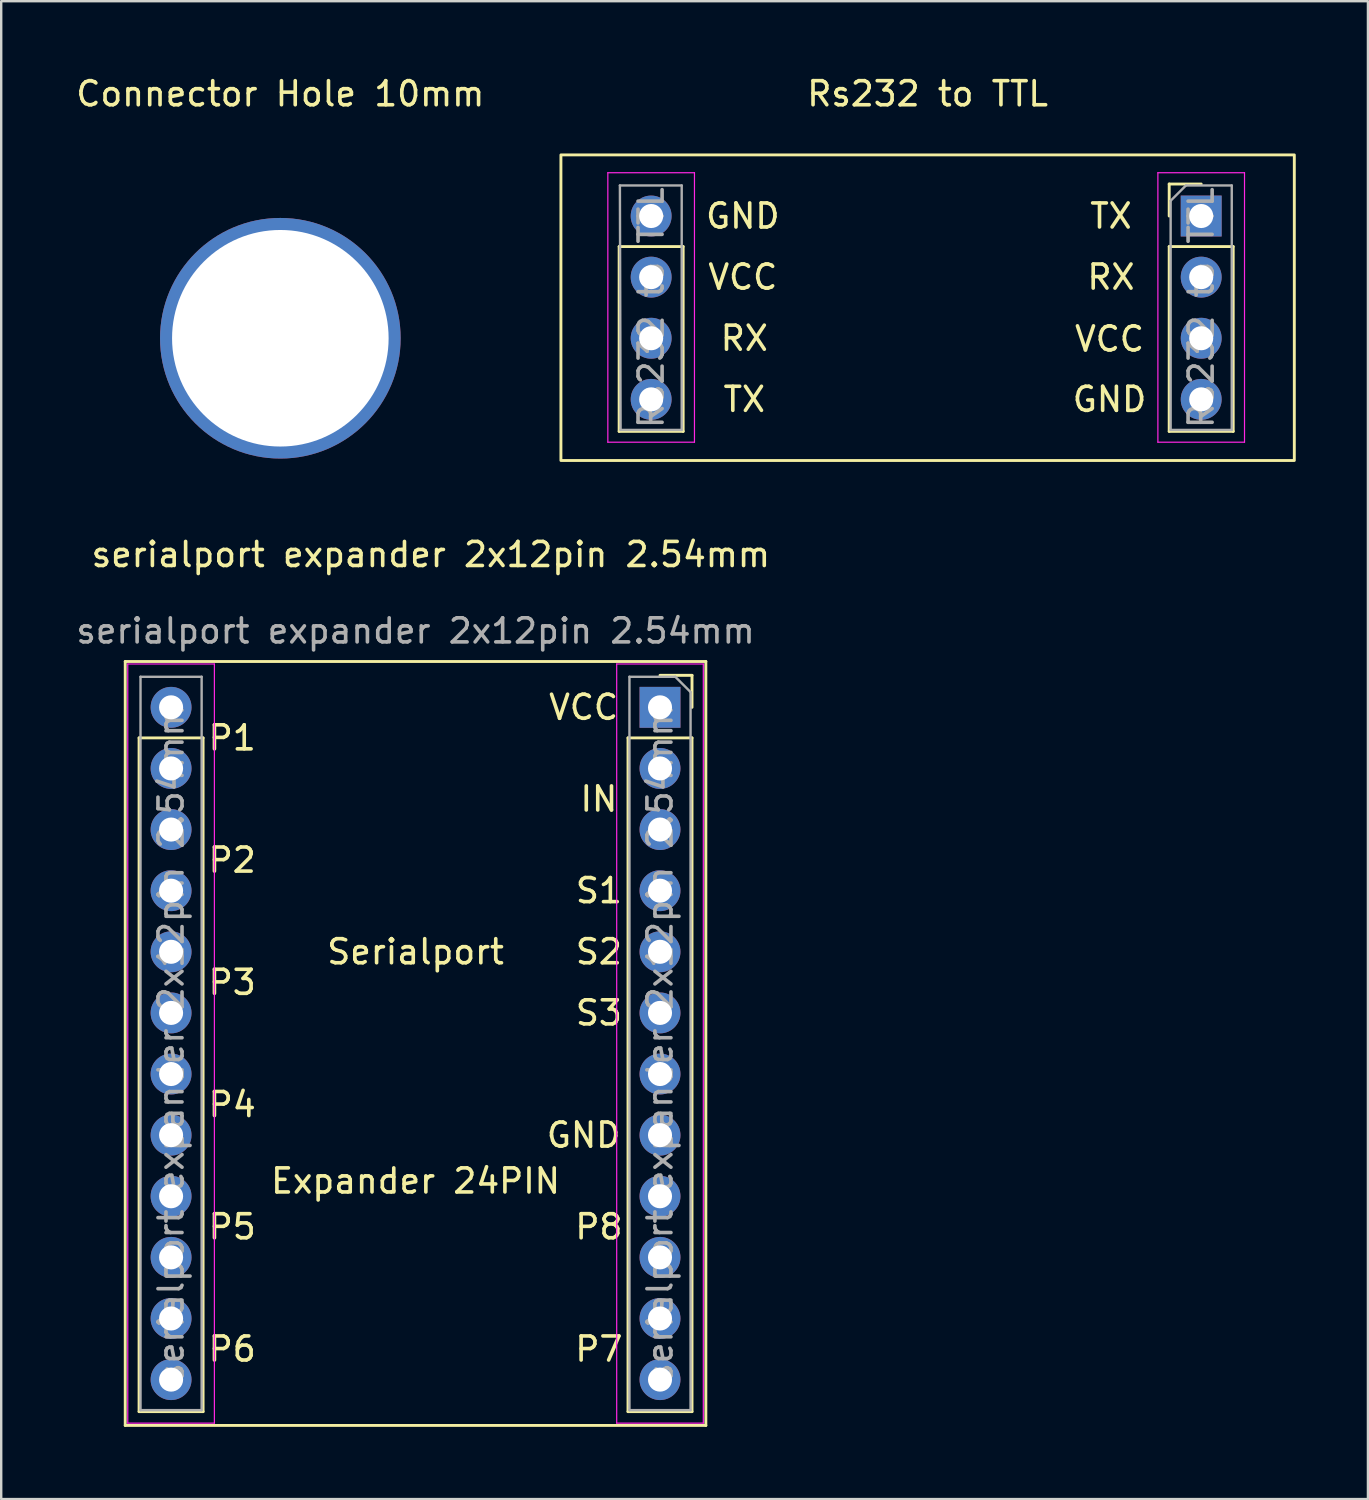
<source format=kicad_pcb>
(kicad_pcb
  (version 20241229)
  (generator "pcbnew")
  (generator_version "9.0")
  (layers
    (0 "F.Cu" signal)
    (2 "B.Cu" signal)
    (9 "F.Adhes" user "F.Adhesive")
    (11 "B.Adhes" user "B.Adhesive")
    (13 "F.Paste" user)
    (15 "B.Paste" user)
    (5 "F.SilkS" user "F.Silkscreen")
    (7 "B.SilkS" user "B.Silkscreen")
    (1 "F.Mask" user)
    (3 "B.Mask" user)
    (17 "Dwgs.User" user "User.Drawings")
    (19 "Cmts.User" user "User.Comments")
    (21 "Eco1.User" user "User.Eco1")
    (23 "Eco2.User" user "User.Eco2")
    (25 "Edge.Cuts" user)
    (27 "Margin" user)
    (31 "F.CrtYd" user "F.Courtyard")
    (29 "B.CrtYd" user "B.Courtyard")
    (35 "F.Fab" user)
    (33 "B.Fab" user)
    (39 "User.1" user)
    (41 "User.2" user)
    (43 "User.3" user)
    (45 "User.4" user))
  (footprint "Rs232 to TTL"
    (layer "F.Cu")
    (at 35.502 8.468)
    (property "Reference" "Rs232 to TTL" (at 0 -7.62 0) (unlocked yes) (layer "F.SilkS") (effects (font (size 1 1) (thickness 0.15))))
    (attr smd)
    (fp_line (start -12.82 -1.27) (end -12.82 6.41) (stroke (width 0.12) (type solid)) (layer "F.SilkS"))
    (fp_line (start -12.82 -1.27) (end -10.16 -1.27) (stroke (width 0.12) (type solid)) (layer "F.SilkS"))
    (fp_line (start -12.82 6.41) (end -10.16 6.41) (stroke (width 0.12) (type solid)) (layer "F.SilkS"))
    (fp_line (start -10.16 -1.27) (end -10.16 6.41) (stroke (width 0.12) (type solid)) (layer "F.SilkS"))
    (fp_line (start 10.04 -3.87) (end 11.37 -3.87) (stroke (width 0.12) (type solid)) (layer "F.SilkS"))
    (fp_line (start 10.04 -2.54) (end 10.04 -3.87) (stroke (width 0.12) (type solid)) (layer "F.SilkS"))
    (fp_line (start 10.04 -1.27) (end 10.04 6.41) (stroke (width 0.12) (type solid)) (layer "F.SilkS"))
    (fp_line (start 10.04 -1.27) (end 12.7 -1.27) (stroke (width 0.12) (type solid)) (layer "F.SilkS"))
    (fp_line (start 10.04 6.41) (end 12.7 6.41) (stroke (width 0.12) (type solid)) (layer "F.SilkS"))
    (fp_line (start 12.7 -1.27) (end 12.7 6.41) (stroke (width 0.12) (type solid)) (layer "F.SilkS"))
    (fp_rect (start -15.24 -5.08) (end 15.24 7.62) (stroke (width 0.12) (type solid)) (fill no) (layer "F.SilkS"))
    (fp_line (start -13.29 -4.34) (end -13.29 6.86) (stroke (width 0.05) (type solid)) (layer "F.CrtYd"))
    (fp_line (start -13.29 6.86) (end -9.69 6.86) (stroke (width 0.05) (type solid)) (layer "F.CrtYd"))
    (fp_line (start -9.69 -4.34) (end -13.29 -4.34) (stroke (width 0.05) (type solid)) (layer "F.CrtYd"))
    (fp_line (start -9.69 6.86) (end -9.69 -4.34) (stroke (width 0.05) (type solid)) (layer "F.CrtYd"))
    (fp_line (start 9.57 -4.34) (end 9.57 6.86) (stroke (width 0.05) (type solid)) (layer "F.CrtYd"))
    (fp_line (start 9.57 6.86) (end 13.17 6.86) (stroke (width 0.05) (type solid)) (layer "F.CrtYd"))
    (fp_line (start 13.17 -4.34) (end 9.57 -4.34) (stroke (width 0.05) (type solid)) (layer "F.CrtYd"))
    (fp_line (start 13.17 6.86) (end 13.17 -4.34) (stroke (width 0.05) (type solid)) (layer "F.CrtYd"))
    (fp_line (start -12.789 -3.81) (end -10.22 -3.81) (stroke (width 0.1) (type solid)) (layer "F.Fab"))
    (fp_line (start -12.76 6.35) (end -12.789 -3.81) (stroke (width 0.1) (type solid)) (layer "F.Fab"))
    (fp_line (start -10.22 -3.81) (end -10.22 6.35) (stroke (width 0.1) (type solid)) (layer "F.Fab"))
    (fp_line (start -10.22 6.35) (end -12.76 6.35) (stroke (width 0.1) (type solid)) (layer "F.Fab"))
    (fp_line (start 10.1 -3.175) (end 10.735 -3.81) (stroke (width 0.1) (type solid)) (layer "F.Fab"))
    (fp_line (start 10.1 6.35) (end 10.1 -3.175) (stroke (width 0.1) (type solid)) (layer "F.Fab"))
    (fp_line (start 10.735 -3.81) (end 12.64 -3.81) (stroke (width 0.1) (type solid)) (layer "F.Fab"))
    (fp_line (start 12.64 -3.81) (end 12.64 6.35) (stroke (width 0.1) (type solid)) (layer "F.Fab"))
    (fp_line (start 12.64 6.35) (end 10.1 6.35) (stroke (width 0.1) (type solid)) (layer "F.Fab"))
    (fp_text user "RX" (at -7.62 2.54 0) (unlocked yes) (layer "F.SilkS") (effects (font (size 1 1) (thickness 0.15))))
    (fp_text user "TX" (at 7.62 -2.54 0) (unlocked yes) (layer "F.SilkS") (effects (font (size 1 1) (thickness 0.15))))
    (fp_text user "VCC" (at -7.68 0 0) (unlocked yes) (layer "F.SilkS") (effects (font (size 1 1) (thickness 0.15))))
    (fp_text user "VCC" (at 7.56 2.57 0) (unlocked yes) (layer "F.SilkS") (effects (font (size 1 1) (thickness 0.15))))
    (fp_text user "RX" (at 7.62 0 0) (unlocked yes) (layer "F.SilkS") (effects (font (size 1 1) (thickness 0.15))))
    (fp_text user "GND" (at 7.56 5.08 0) (unlocked yes) (layer "F.SilkS") (effects (font (size 1 1) (thickness 0.15))))
    (fp_text user "TX" (at -7.62 5.08 0) (unlocked yes) (layer "F.SilkS") (effects (font (size 1 1) (thickness 0.15))))
    (fp_text user "GND" (at -7.68 -2.54 0) (unlocked yes) (layer "F.SilkS") (effects (font (size 1 1) (thickness 0.15))))
    (fp_text user "${REFERENCE}" (at -11.49 1.27 90) (layer "F.Fab") (effects (font (size 1 1) (thickness 0.15))))
    (fp_text user "${REFERENCE}" (at 11.37 1.27 90) (layer "F.Fab") (effects (font (size 1 1) (thickness 0.15))))
    (pad "1" thru_hole circle (at -11.49 -2.54) (size 1.7 1.7) (drill 1) (layers "*.Cu" "*.Mask"))
    (pad "2" thru_hole oval (at -11.49 0) (size 1.7 1.7) (drill 1) (layers "*.Cu" "*.Mask"))
    (pad "3" thru_hole oval (at -11.49 2.54) (size 1.7 1.7) (drill 1) (layers "*.Cu" "*.Mask"))
    (pad "4" thru_hole oval (at -11.49 5.08) (size 1.7 1.7) (drill 1) (layers "*.Cu" "*.Mask"))
    (pad "5" thru_hole oval (at 11.37 5.08) (size 1.7 1.7) (drill 1) (layers "*.Cu" "*.Mask"))
    (pad "6" thru_hole oval (at 11.37 2.54) (size 1.7 1.7) (drill 1) (layers "*.Cu" "*.Mask"))
    (pad "7" thru_hole oval (at 11.37 0) (size 1.7 1.7) (drill 1) (layers "*.Cu" "*.Mask"))
    (pad "8" thru_hole rect (at 11.37 -2.54) (size 1.7 1.7) (drill 1) (layers "*.Cu" "*.Mask")))
  (footprint "Connector Hole 10mm"
    (layer "F.Cu")
    (at 8.601 11.008)
    (property "Reference" "Connector Hole 10mm" (at 0 -10.16 0) (unlocked yes) (layer "F.SilkS") (effects (font (size 1 1) (thickness 0.15))))
    (attr through_hole)
    (pad "" np_thru_hole circle (at 0 0) (size 10 10) (drill 9) (layers "*.Cu" "*.Mask")))
  (footprint "serialport expander 2x12pin 2.54mm"
    (layer "F.Cu")
    (at 14.22 41.587)
    (property "Reference" "serialport expander 2x12pin 2.54mm" (at 0.635 -21.59 0) (unlocked yes) (layer "F.SilkS") (effects (font (size 1 1) (thickness 0.15))))
    (attr through_hole)
    (fp_line (start -12.065 -17.145) (end 12.065 -17.145) (stroke (width 0.12) (type solid)) (layer "F.SilkS"))
    (fp_line (start -12.065 14.605) (end -12.065 -17.145) (stroke (width 0.12) (type solid)) (layer "F.SilkS"))
    (fp_line (start -11.49 -13.97) (end -11.49 14.03) (stroke (width 0.12) (type solid)) (layer "F.SilkS"))
    (fp_line (start -8.83 -13.97) (end -11.49 -13.97) (stroke (width 0.12) (type solid)) (layer "F.SilkS"))
    (fp_line (start -8.83 -13.97) (end -8.83 14.03) (stroke (width 0.12) (type solid)) (layer "F.SilkS"))
    (fp_line (start -8.83 14.03) (end -11.49 14.03) (stroke (width 0.12) (type solid)) (layer "F.SilkS"))
    (fp_line (start 8.83 -13.97) (end 8.83 14.03) (stroke (width 0.12) (type solid)) (layer "F.SilkS"))
    (fp_line (start 11.49 -16.57) (end 10.16 -16.57) (stroke (width 0.12) (type solid)) (layer "F.SilkS"))
    (fp_line (start 11.49 -15.24) (end 11.49 -16.57) (stroke (width 0.12) (type solid)) (layer "F.SilkS"))
    (fp_line (start 11.49 -13.97) (end 8.83 -13.97) (stroke (width 0.12) (type solid)) (layer "F.SilkS"))
    (fp_line (start 11.49 -13.97) (end 11.49 14.03) (stroke (width 0.12) (type solid)) (layer "F.SilkS"))
    (fp_line (start 11.49 14.03) (end 8.83 14.03) (stroke (width 0.12) (type solid)) (layer "F.SilkS"))
    (fp_line (start 12.065 -17.145) (end 12.065 14.605) (stroke (width 0.12) (type solid)) (layer "F.SilkS"))
    (fp_line (start 12.065 14.605) (end -12.065 14.605) (stroke (width 0.12) (type solid)) (layer "F.SilkS"))
    (fp_line (start -11.96 -17.04) (end -8.36 -17.04) (stroke (width 0.05) (type solid)) (layer "F.CrtYd"))
    (fp_line (start -11.96 14.51) (end -11.96 -17.04) (stroke (width 0.05) (type solid)) (layer "F.CrtYd"))
    (fp_line (start -8.36 -17.04) (end -8.36 14.51) (stroke (width 0.05) (type solid)) (layer "F.CrtYd"))
    (fp_line (start -8.36 14.51) (end -11.96 14.51) (stroke (width 0.05) (type solid)) (layer "F.CrtYd"))
    (fp_line (start 8.36 -17.04) (end 11.96 -17.04) (stroke (width 0.05) (type solid)) (layer "F.CrtYd"))
    (fp_line (start 8.36 14.51) (end 8.36 -17.04) (stroke (width 0.05) (type solid)) (layer "F.CrtYd"))
    (fp_line (start 11.96 -17.04) (end 11.96 14.51) (stroke (width 0.05) (type solid)) (layer "F.CrtYd"))
    (fp_line (start 11.96 14.51) (end 8.36 14.51) (stroke (width 0.05) (type solid)) (layer "F.CrtYd"))
    (fp_line (start -11.43 -16.51) (end -11.43 13.97) (stroke (width 0.1) (type solid)) (layer "F.Fab"))
    (fp_line (start -11.43 13.97) (end -8.89 13.97) (stroke (width 0.1) (type solid)) (layer "F.Fab"))
    (fp_line (start -8.89 -16.51) (end -11.43 -16.51) (stroke (width 0.1) (type solid)) (layer "F.Fab"))
    (fp_line (start -8.89 13.97) (end -8.89 -16.51) (stroke (width 0.1) (type solid)) (layer "F.Fab"))
    (fp_line (start 8.89 -16.51) (end 8.89 13.97) (stroke (width 0.1) (type solid)) (layer "F.Fab"))
    (fp_line (start 8.89 13.97) (end 11.43 13.97) (stroke (width 0.1) (type solid)) (layer "F.Fab"))
    (fp_line (start 10.795 -16.51) (end 8.89 -16.51) (stroke (width 0.1) (type solid)) (layer "F.Fab"))
    (fp_line (start 11.43 -15.875) (end 10.795 -16.51) (stroke (width 0.1) (type solid)) (layer "F.Fab"))
    (fp_line (start 11.43 13.97) (end 11.43 -15.875) (stroke (width 0.1) (type solid)) (layer "F.Fab"))
    (fp_text user "P3" (at -7.62 -3.81 0) (unlocked yes) (layer "F.SilkS") (effects (font (size 1 1) (thickness 0.15))))
    (fp_text user "Serialport" (at 0 -5.08 0) (unlocked yes) (layer "F.SilkS") (effects (font (size 1 1) (thickness 0.15))))
    (fp_text user "GND" (at 6.985 2.54 0) (unlocked yes) (layer "F.SilkS") (effects (font (size 1 1) (thickness 0.15))))
    (fp_text user "Expander 24PIN" (at 0 4.445 0) (unlocked yes) (layer "F.SilkS") (effects (font (size 1 1) (thickness 0.15))))
    (fp_text user "P5" (at -7.62 6.35 0) (unlocked yes) (layer "F.SilkS") (effects (font (size 1 1) (thickness 0.15))))
    (fp_text user "P4" (at -7.62 1.27 0) (unlocked yes) (layer "F.SilkS") (effects (font (size 1 1) (thickness 0.15))))
    (fp_text user "P8" (at 7.62 6.35 0) (unlocked yes) (layer "F.SilkS") (effects (font (size 1 1) (thickness 0.15))))
    (fp_text user "P2" (at -7.62 -8.89 0) (unlocked yes) (layer "F.SilkS") (effects (font (size 1 1) (thickness 0.15))))
    (fp_text user "VCC" (at 6.985 -15.24 0) (unlocked yes) (layer "F.SilkS") (effects (font (size 1 1) (thickness 0.15))))
    (fp_text user "IN" (at 7.62 -11.43 0) (unlocked yes) (layer "F.SilkS") (effects (font (size 1 1) (thickness 0.15))))
    (fp_text user "S2" (at 7.62 -5.08 0) (unlocked yes) (layer "F.SilkS") (effects (font (size 1 1) (thickness 0.15))))
    (fp_text user "P1" (at -7.62 -13.97 0) (unlocked yes) (layer "F.SilkS") (effects (font (size 1 1) (thickness 0.15))))
    (fp_text user "P7" (at 7.62 11.43 0) (unlocked yes) (layer "F.SilkS") (effects (font (size 1 1) (thickness 0.15))))
    (fp_text user "S1" (at 7.62 -7.62 0) (unlocked yes) (layer "F.SilkS") (effects (font (size 1 1) (thickness 0.15))))
    (fp_text user "P6" (at -7.62 11.43 0) (unlocked yes) (layer "F.SilkS") (effects (font (size 1 1) (thickness 0.15))))
    (fp_text user "S3" (at 7.62 -2.54 0) (unlocked yes) (layer "F.SilkS") (effects (font (size 1 1) (thickness 0.15))))
    (fp_text user "${REFERENCE}" (at -10.16 -1.27 90) (layer "F.Fab") (effects (font (size 1 1) (thickness 0.15))))
    (fp_text user "${REFERENCE}" (at 0 -18.415 0) (unlocked yes) (layer "F.Fab") (effects (font (size 1 1) (thickness 0.15))))
    (fp_text user "${REFERENCE}" (at 10.16 -1.27 90) (layer "F.Fab") (effects (font (size 1 1) (thickness 0.15))))
    (pad "1" thru_hole rect (at 10.16 -15.24) (size 1.7 1.7) (drill 1) (layers "*.Cu" "*.Mask"))
    (pad "2" thru_hole oval (at 10.16 -12.7) (size 1.7 1.7) (drill 1) (layers "*.Cu" "*.Mask"))
    (pad "3" thru_hole oval (at 10.16 -10.16) (size 1.7 1.7) (drill 1) (layers "*.Cu" "*.Mask"))
    (pad "4" thru_hole oval (at 10.16 -7.62) (size 1.7 1.7) (drill 1) (layers "*.Cu" "*.Mask"))
    (pad "5" thru_hole oval (at 10.16 -5.08) (size 1.7 1.7) (drill 1) (layers "*.Cu" "*.Mask"))
    (pad "6" thru_hole oval (at 10.16 -2.54) (size 1.7 1.7) (drill 1) (layers "*.Cu" "*.Mask"))
    (pad "7" thru_hole oval (at 10.16 0) (size 1.7 1.7) (drill 1) (layers "*.Cu" "*.Mask"))
    (pad "8" thru_hole oval (at 10.16 2.54) (size 1.7 1.7) (drill 1) (layers "*.Cu" "*.Mask"))
    (pad "9" thru_hole oval (at 10.16 5.08) (size 1.7 1.7) (drill 1) (layers "*.Cu" "*.Mask"))
    (pad "10" thru_hole oval (at 10.16 7.62) (size 1.7 1.7) (drill 1) (layers "*.Cu" "*.Mask"))
    (pad "11" thru_hole oval (at 10.16 10.16) (size 1.7 1.7) (drill 1) (layers "*.Cu" "*.Mask"))
    (pad "12" thru_hole oval (at 10.16 12.7) (size 1.7 1.7) (drill 1) (layers "*.Cu" "*.Mask"))
    (pad "13" thru_hole circle (at -10.16 -15.24) (size 1.7 1.7) (drill 1) (layers "*.Cu" "*.Mask"))
    (pad "14" thru_hole oval (at -10.16 -12.7) (size 1.7 1.7) (drill 1) (layers "*.Cu" "*.Mask"))
    (pad "15" thru_hole oval (at -10.16 -10.16) (size 1.7 1.7) (drill 1) (layers "*.Cu" "*.Mask"))
    (pad "16" thru_hole oval (at -10.16 -7.62) (size 1.7 1.7) (drill 1) (layers "*.Cu" "*.Mask"))
    (pad "17" thru_hole oval (at -10.16 -5.08) (size 1.7 1.7) (drill 1) (layers "*.Cu" "*.Mask"))
    (pad "18" thru_hole oval (at -10.16 -2.54) (size 1.7 1.7) (drill 1) (layers "*.Cu" "*.Mask"))
    (pad "19" thru_hole oval (at -10.16 0) (size 1.7 1.7) (drill 1) (layers "*.Cu" "*.Mask"))
    (pad "20" thru_hole oval (at -10.16 2.54) (size 1.7 1.7) (drill 1) (layers "*.Cu" "*.Mask"))
    (pad "21" thru_hole oval (at -10.16 5.08) (size 1.7 1.7) (drill 1) (layers "*.Cu" "*.Mask"))
    (pad "22" thru_hole oval (at -10.16 7.62) (size 1.7 1.7) (drill 1) (layers "*.Cu" "*.Mask"))
    (pad "23" thru_hole oval (at -10.16 10.16) (size 1.7 1.7) (drill 1) (layers "*.Cu" "*.Mask"))
    (pad "24" thru_hole oval (at -10.16 12.7) (size 1.7 1.7) (drill 1) (layers "*.Cu" "*.Mask")))
  (gr_rect
    (start -3 -3)
    (end 53.802 59.252)
    (stroke (width 0.1) (type default))
    (fill no)
    (layer "Edge.Cuts")))
</source>
